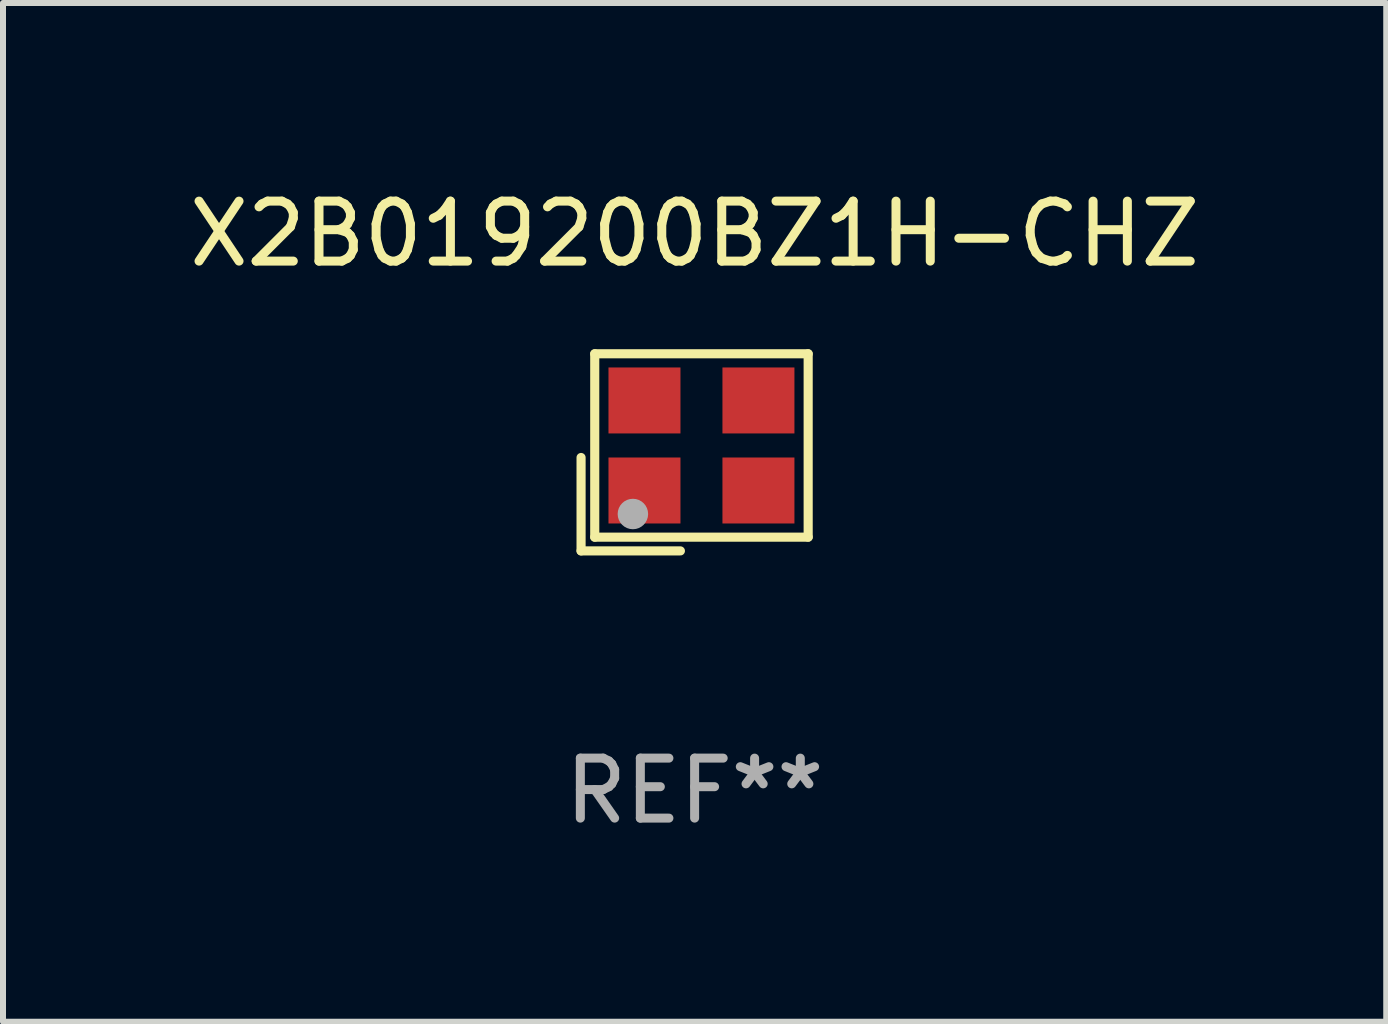
<source format=kicad_pcb>
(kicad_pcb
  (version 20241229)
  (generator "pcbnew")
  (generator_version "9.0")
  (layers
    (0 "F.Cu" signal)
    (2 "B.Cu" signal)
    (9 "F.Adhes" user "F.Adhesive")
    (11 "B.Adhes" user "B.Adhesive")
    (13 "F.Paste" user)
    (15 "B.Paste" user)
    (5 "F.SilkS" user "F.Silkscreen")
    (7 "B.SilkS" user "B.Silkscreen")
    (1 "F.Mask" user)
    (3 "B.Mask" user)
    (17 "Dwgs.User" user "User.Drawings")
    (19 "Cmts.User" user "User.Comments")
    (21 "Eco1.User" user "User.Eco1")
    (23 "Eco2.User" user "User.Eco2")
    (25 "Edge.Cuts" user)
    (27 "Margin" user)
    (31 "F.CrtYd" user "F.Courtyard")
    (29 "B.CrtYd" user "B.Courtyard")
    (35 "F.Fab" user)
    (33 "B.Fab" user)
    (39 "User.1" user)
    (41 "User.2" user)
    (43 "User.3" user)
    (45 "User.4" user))
  (footprint "X2B019200BZ1H-CHZ"
    (layer "F.Cu")
    (at 8.53 4.491)
    (property "Reference" "X2B019200BZ1H-CHZ" (at 0 -3.643 0) (layer "F.SilkS") (effects (font (size 1 1) (thickness 0.15))))
    (attr through_hole)
    (fp_line (start -1.893 0.086) (end -1.893 1.643) (stroke (width 0.152) (type solid)) (layer "F.SilkS"))
    (fp_line (start -1.893 1.643) (end -0.237 1.643) (stroke (width 0.152) (type solid)) (layer "F.SilkS"))
    (fp_line (start -1.665 -1.643) (end 1.893 -1.643) (stroke (width 0.152) (type solid)) (layer "F.SilkS"))
    (fp_line (start -1.665 1.414) (end -1.665 -1.643) (stroke (width 0.152) (type solid)) (layer "F.SilkS"))
    (fp_line (start 1.893 -1.643) (end 1.893 1.414) (stroke (width 0.152) (type solid)) (layer "F.SilkS"))
    (fp_line (start 1.893 1.414) (end -1.665 1.414) (stroke (width 0.152) (type solid)) (layer "F.SilkS"))
    (fp_circle (center -1.136 0.885) (end -1.106 0.885) (stroke (width 0.06) (type solid)) (fill no) (layer "F.SilkS"))
    (fp_circle (center -1.029 1.028) (end -0.902 1.028) (stroke (width 0.254) (type solid)) (fill no) (layer "F.Fab"))
    (fp_text user "REF**" (at 0 5.643 0) (layer "F.Fab") (effects (font (size 1 1) (thickness 0.15))))
    (pad "1" smd rect (at -0.836 0.636) (size 1.2 1.1) (layers "F.Cu" "F.Mask" "F.Paste"))
    (pad "2" smd rect (at 1.064 0.636) (size 1.2 1.1) (layers "F.Cu" "F.Mask" "F.Paste"))
    (pad "3" smd rect (at 1.064 -0.865) (size 1.2 1.1) (layers "F.Cu" "F.Mask" "F.Paste"))
    (pad "4" smd rect (at -0.836 -0.865) (size 1.2 1.1) (layers "F.Cu" "F.Mask" "F.Paste")))
  (gr_rect
    (start -3 -3)
    (end 20.06 13.983)
    (stroke (width 0.1) (type default))
    (fill no)
    (layer "Edge.Cuts")))
</source>
